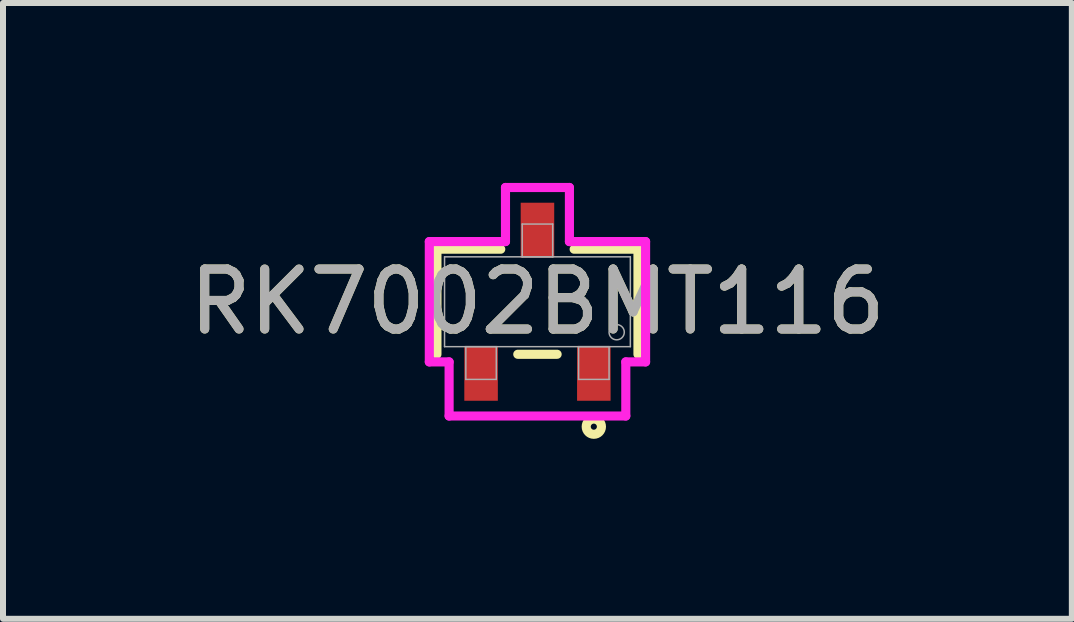
<source format=kicad_pcb>
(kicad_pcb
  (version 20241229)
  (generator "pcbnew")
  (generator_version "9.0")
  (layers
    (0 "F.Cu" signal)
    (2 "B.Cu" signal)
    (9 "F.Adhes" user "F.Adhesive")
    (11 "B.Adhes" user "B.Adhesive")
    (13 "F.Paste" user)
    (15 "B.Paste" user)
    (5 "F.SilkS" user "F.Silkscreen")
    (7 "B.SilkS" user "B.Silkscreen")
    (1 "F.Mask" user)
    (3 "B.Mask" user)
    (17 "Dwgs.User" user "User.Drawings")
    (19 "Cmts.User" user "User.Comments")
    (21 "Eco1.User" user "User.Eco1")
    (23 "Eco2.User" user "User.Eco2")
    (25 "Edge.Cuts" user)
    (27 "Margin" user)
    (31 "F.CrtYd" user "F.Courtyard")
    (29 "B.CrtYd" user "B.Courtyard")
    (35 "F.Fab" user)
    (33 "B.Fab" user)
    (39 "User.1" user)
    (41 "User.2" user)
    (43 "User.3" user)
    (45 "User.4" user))
  (footprint "RK7002BMT116"
    (layer "F.Cu")
    (at 5.911 1.981)
    (property "Reference" "RK7002BMT116" (at 0 0 0) (unlocked yes) (layer "F.SilkS") (effects (font (size 1 1) (thickness 0.15))))
    (attr smd)
    (fp_line (start -1.676 -0.876) (end -1.676 0.876) (stroke (width 0.152) (type solid)) (layer "F.SilkS"))
    (fp_line (start -0.612 -0.876) (end -1.676 -0.876) (stroke (width 0.152) (type solid)) (layer "F.SilkS"))
    (fp_line (start -0.328 0.876) (end 0.328 0.876) (stroke (width 0.152) (type solid)) (layer "F.SilkS"))
    (fp_line (start 1.676 -0.876) (end 0.612 -0.876) (stroke (width 0.152) (type solid)) (layer "F.SilkS"))
    (fp_line (start 1.676 0.876) (end 1.676 -0.876) (stroke (width 0.152) (type solid)) (layer "F.SilkS"))
    (fp_circle (center 0.94 2.083) (end 1.067 2.083) (stroke (width 0.152) (type solid)) (fill no) (layer "F.SilkS"))
    (fp_line (start -1.803 -1.003) (end -0.533 -1.003) (stroke (width 0.152) (type solid)) (layer "F.CrtYd"))
    (fp_line (start -1.803 1.003) (end -1.803 -1.003) (stroke (width 0.152) (type solid)) (layer "F.CrtYd"))
    (fp_line (start -1.803 1.003) (end -1.473 1.003) (stroke (width 0.152) (type solid)) (layer "F.CrtYd"))
    (fp_line (start -1.473 1.003) (end -1.473 1.905) (stroke (width 0.152) (type solid)) (layer "F.CrtYd"))
    (fp_line (start -1.473 1.905) (end 1.473 1.905) (stroke (width 0.152) (type solid)) (layer "F.CrtYd"))
    (fp_line (start -0.533 -1.905) (end 0.533 -1.905) (stroke (width 0.152) (type solid)) (layer "F.CrtYd"))
    (fp_line (start -0.533 -1.003) (end -0.533 -1.905) (stroke (width 0.152) (type solid)) (layer "F.CrtYd"))
    (fp_line (start 0.533 -1.003) (end 0.533 -1.905) (stroke (width 0.152) (type solid)) (layer "F.CrtYd"))
    (fp_line (start 1.473 1.003) (end 1.473 1.905) (stroke (width 0.152) (type solid)) (layer "F.CrtYd"))
    (fp_line (start 1.803 -1.003) (end 0.533 -1.003) (stroke (width 0.152) (type solid)) (layer "F.CrtYd"))
    (fp_line (start 1.803 -1.003) (end 1.803 1.003) (stroke (width 0.152) (type solid)) (layer "F.CrtYd"))
    (fp_line (start 1.803 1.003) (end 1.473 1.003) (stroke (width 0.152) (type solid)) (layer "F.CrtYd"))
    (fp_line (start -1.549 -0.749) (end -1.549 0.749) (stroke (width 0.025) (type solid)) (layer "F.Fab"))
    (fp_line (start -1.549 0.749) (end 1.549 0.749) (stroke (width 0.025) (type solid)) (layer "F.Fab"))
    (fp_line (start -1.194 0.749) (end -1.194 1.295) (stroke (width 0.025) (type solid)) (layer "F.Fab"))
    (fp_line (start -1.194 1.295) (end -0.686 1.295) (stroke (width 0.025) (type solid)) (layer "F.Fab"))
    (fp_line (start -0.686 0.749) (end -1.194 0.749) (stroke (width 0.025) (type solid)) (layer "F.Fab"))
    (fp_line (start -0.686 1.295) (end -0.686 0.749) (stroke (width 0.025) (type solid)) (layer "F.Fab"))
    (fp_line (start -0.254 -1.295) (end -0.254 -0.749) (stroke (width 0.025) (type solid)) (layer "F.Fab"))
    (fp_line (start -0.254 -0.749) (end 0.254 -0.749) (stroke (width 0.025) (type solid)) (layer "F.Fab"))
    (fp_line (start 0.254 -1.295) (end -0.254 -1.295) (stroke (width 0.025) (type solid)) (layer "F.Fab"))
    (fp_line (start 0.254 -0.749) (end 0.254 -1.295) (stroke (width 0.025) (type solid)) (layer "F.Fab"))
    (fp_line (start 0.686 0.749) (end 0.686 1.295) (stroke (width 0.025) (type solid)) (layer "F.Fab"))
    (fp_line (start 0.686 1.295) (end 1.194 1.295) (stroke (width 0.025) (type solid)) (layer "F.Fab"))
    (fp_line (start 1.194 0.749) (end 0.686 0.749) (stroke (width 0.025) (type solid)) (layer "F.Fab"))
    (fp_line (start 1.194 1.295) (end 1.194 0.749) (stroke (width 0.025) (type solid)) (layer "F.Fab"))
    (fp_line (start 1.549 -0.749) (end -1.549 -0.749) (stroke (width 0.025) (type solid)) (layer "F.Fab"))
    (fp_line (start 1.549 0.749) (end 1.549 -0.749) (stroke (width 0.025) (type solid)) (layer "F.Fab"))
    (fp_circle (center 1.321 0.508) (end 1.448 0.508) (stroke (width 0.025) (type solid)) (fill no) (layer "F.Fab"))
    (fp_text user "${REFERENCE}" (at 0 0 0) (unlocked yes) (layer "F.Fab") (effects (font (size 1 1) (thickness 0.15))))
    (pad "1" smd rect (at 0.94 1.194) (size 0.559 0.914) (layers "F.Cu" "F.Mask" "F.Paste"))
    (pad "2" smd rect (at -0.94 1.194) (size 0.559 0.914) (layers "F.Cu" "F.Mask" "F.Paste"))
    (pad "3" smd rect (at 0 -1.194) (size 0.559 0.914) (layers "F.Cu" "F.Mask" "F.Paste")))
  (gr_rect
    (start -3 -3)
    (end 14.821 7.267)
    (stroke (width 0.1) (type default))
    (fill no)
    (layer "Edge.Cuts")))
</source>
